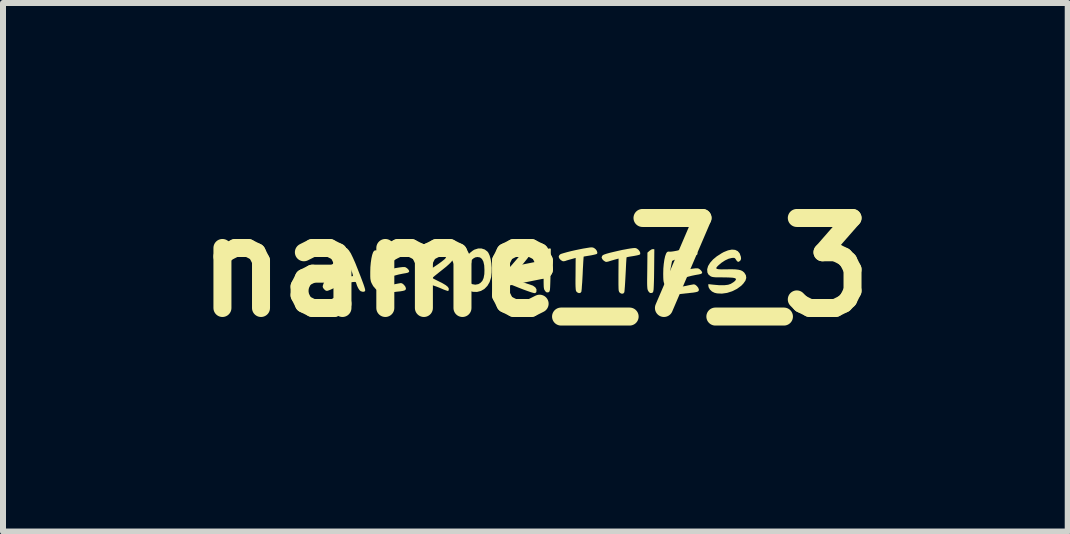
<source format=kicad_pcb>
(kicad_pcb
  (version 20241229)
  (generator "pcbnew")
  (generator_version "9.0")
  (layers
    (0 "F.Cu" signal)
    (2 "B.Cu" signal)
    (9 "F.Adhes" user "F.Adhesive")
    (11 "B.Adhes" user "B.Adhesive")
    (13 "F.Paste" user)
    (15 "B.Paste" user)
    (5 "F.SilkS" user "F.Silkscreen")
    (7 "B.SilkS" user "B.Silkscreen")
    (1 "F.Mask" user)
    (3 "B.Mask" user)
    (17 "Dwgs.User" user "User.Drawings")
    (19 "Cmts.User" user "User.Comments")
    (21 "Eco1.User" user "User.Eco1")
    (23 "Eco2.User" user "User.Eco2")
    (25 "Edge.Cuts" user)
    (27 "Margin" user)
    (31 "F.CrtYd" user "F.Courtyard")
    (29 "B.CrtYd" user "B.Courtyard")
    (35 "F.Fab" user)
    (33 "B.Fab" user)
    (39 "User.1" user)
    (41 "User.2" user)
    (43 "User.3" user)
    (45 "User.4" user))
  (footprint "name_7_3"
    (layer "F.Cu")
    (at 5.871 1.404)
    (property "Reference" "name_7_3" (at 0 0 0) (layer "F.SilkS") (effects (font (size 1.5 1.5) (thickness 0.3))))
    (attr board_only exclude_from_pos_files exclude_from_bom)
    (fp_poly (pts (xy 0.235 -0.314) (xy 0.258 -0.31) (xy 0.255 0.008) (xy 0.253 0.091) (xy 0.252 0.168) (xy 0.25 0.237) (xy 0.248 0.296) (xy 0.246 0.34) (xy 0.244 0.367) (xy 0.244 0.371) (xy 0.237 0.4) (xy 0.226 0.414) (xy 0.208 0.419) (xy 0.186 0.417) (xy 0.168 0.402) (xy 0.158 0.387) (xy 0.151 0.376) (xy 0.146 0.364) (xy 0.143 0.349) (xy 0.14 0.327) (xy 0.139 0.297) (xy 0.138 0.255) (xy 0.138 0.2) (xy 0.138 0.129) (xy 0.139 0.049) (xy 0.142 -0.254) (xy 0.177 -0.286) (xy 0.207 -0.307) (xy 0.232 -0.314)) (stroke (width 0) (type solid)) (fill yes) (layer "F.SilkS"))
    (fp_poly (pts (xy 1.961 -0.303) (xy 1.983 -0.3) (xy 1.98 0.019) (xy 1.979 0.101) (xy 1.978 0.178) (xy 1.976 0.248) (xy 1.974 0.306) (xy 1.972 0.35) (xy 1.97 0.378) (xy 1.969 0.382) (xy 1.963 0.411) (xy 1.952 0.424) (xy 1.933 0.429) (xy 1.911 0.428) (xy 1.893 0.412) (xy 1.883 0.398) (xy 1.877 0.387) (xy 1.872 0.375) (xy 1.868 0.359) (xy 1.866 0.338) (xy 1.864 0.307) (xy 1.863 0.266) (xy 1.863 0.211) (xy 1.864 0.139) (xy 1.865 0.06) (xy 1.868 -0.244) (xy 1.903 -0.275) (xy 1.933 -0.296) (xy 1.958 -0.303)) (stroke (width 0) (type solid)) (fill yes) (layer "F.SilkS"))
    (fp_poly (pts (xy -0.843 -0.296) (xy -0.799 -0.263) (xy -0.783 -0.242) (xy -0.762 -0.197) (xy -0.745 -0.137) (xy -0.733 -0.067) (xy -0.727 0.009) (xy -0.728 0.085) (xy -0.735 0.155) (xy -0.738 0.172) (xy -0.762 0.247) (xy -0.799 0.31) (xy -0.848 0.36) (xy -0.906 0.394) (xy -0.971 0.411) (xy -1.04 0.409) (xy -1.102 0.391) (xy -1.165 0.36) (xy -1.223 0.321) (xy -1.27 0.277) (xy -1.303 0.231) (xy -1.303 0.229) (xy -1.323 0.165) (xy -1.323 0.106) (xy -1.187 0.106) (xy -1.18 0.155) (xy -1.156 0.201) (xy -1.15 0.208) (xy -1.104 0.253) (xy -1.053 0.281) (xy -1.001 0.29) (xy -0.95 0.281) (xy -0.917 0.262) (xy -0.884 0.228) (xy -0.862 0.179) (xy -0.85 0.114) (xy -0.848 0.047) (xy -0.852 -0.033) (xy -0.866 -0.095) (xy -0.89 -0.139) (xy -0.922 -0.164) (xy -0.963 -0.171) (xy -0.997 -0.166) (xy -1.027 -0.151) (xy -1.06 -0.123) (xy -1.097 -0.079) (xy -1.1 -0.076) (xy -1.147 -0.008) (xy -1.176 0.052) (xy -1.187 0.106) (xy -1.323 0.106) (xy -1.323 0.098) (xy -1.303 0.031) (xy -1.301 0.026) (xy -1.27 -0.027) (xy -1.23 -0.085) (xy -1.183 -0.144) (xy -1.133 -0.198) (xy -1.084 -0.245) (xy -1.039 -0.28) (xy -1.015 -0.294) (xy -0.954 -0.313) (xy -0.896 -0.313)) (stroke (width 0) (type solid)) (fill yes) (layer "F.SilkS"))
    (fp_poly (pts (xy 0.955 -0.33) (xy 0.97 -0.325) (xy 0.979 -0.321) (xy 1.005 -0.301) (xy 1.024 -0.275) (xy 1.033 -0.248) (xy 1.03 -0.227) (xy 1.028 -0.225) (xy 1.013 -0.218) (xy 0.982 -0.21) (xy 0.94 -0.201) (xy 0.912 -0.196) (xy 0.868 -0.189) (xy 0.832 -0.183) (xy 0.81 -0.179) (xy 0.805 -0.177) (xy 0.804 -0.166) (xy 0.802 -0.137) (xy 0.799 -0.092) (xy 0.796 -0.035) (xy 0.792 0.033) (xy 0.789 0.105) (xy 0.785 0.181) (xy 0.781 0.251) (xy 0.776 0.311) (xy 0.773 0.36) (xy 0.769 0.393) (xy 0.767 0.408) (xy 0.751 0.427) (xy 0.726 0.431) (xy 0.699 0.419) (xy 0.688 0.409) (xy 0.682 0.401) (xy 0.677 0.391) (xy 0.674 0.375) (xy 0.672 0.352) (xy 0.67 0.319) (xy 0.669 0.272) (xy 0.669 0.211) (xy 0.67 0.131) (xy 0.67 0.115) (xy 0.672 -0.156) (xy 0.601 -0.136) (xy 0.561 -0.125) (xy 0.524 -0.114) (xy 0.502 -0.106) (xy 0.475 -0.1) (xy 0.455 -0.102) (xy 0.425 -0.119) (xy 0.401 -0.145) (xy 0.39 -0.171) (xy 0.389 -0.175) (xy 0.398 -0.199) (xy 0.413 -0.215) (xy 0.435 -0.225) (xy 0.475 -0.237) (xy 0.528 -0.252) (xy 0.591 -0.268) (xy 0.661 -0.284) (xy 0.733 -0.299) (xy 0.804 -0.313) (xy 0.818 -0.315) (xy 0.872 -0.324) (xy 0.91 -0.33) (xy 0.936 -0.332)) (stroke (width 0) (type solid)) (fill yes) (layer "F.SilkS"))
    (fp_poly (pts (xy 1.67 -0.32) (xy 1.685 -0.315) (xy 1.695 -0.31) (xy 1.72 -0.29) (xy 1.739 -0.264) (xy 1.749 -0.238) (xy 1.746 -0.217) (xy 1.743 -0.214) (xy 1.728 -0.207) (xy 1.697 -0.199) (xy 1.656 -0.191) (xy 1.627 -0.186) (xy 1.583 -0.179) (xy 1.548 -0.173) (xy 1.526 -0.168) (xy 1.521 -0.166) (xy 1.519 -0.155) (xy 1.517 -0.126) (xy 1.514 -0.082) (xy 1.511 -0.024) (xy 1.508 0.043) (xy 1.504 0.116) (xy 1.5 0.191) (xy 1.496 0.261) (xy 1.492 0.322) (xy 1.488 0.37) (xy 1.485 0.404) (xy 1.482 0.418) (xy 1.466 0.437) (xy 1.442 0.441) (xy 1.415 0.43) (xy 1.404 0.42) (xy 1.398 0.412) (xy 1.393 0.401) (xy 1.389 0.386) (xy 1.387 0.362) (xy 1.386 0.329) (xy 1.385 0.283) (xy 1.385 0.221) (xy 1.385 0.141) (xy 1.385 0.126) (xy 1.387 -0.145) (xy 1.317 -0.126) (xy 1.276 -0.114) (xy 1.24 -0.103) (xy 1.218 -0.096) (xy 1.19 -0.09) (xy 1.171 -0.091) (xy 1.141 -0.109) (xy 1.117 -0.134) (xy 1.105 -0.161) (xy 1.105 -0.165) (xy 1.113 -0.189) (xy 1.128 -0.204) (xy 1.151 -0.214) (xy 1.19 -0.227) (xy 1.244 -0.242) (xy 1.307 -0.257) (xy 1.376 -0.273) (xy 1.448 -0.289) (xy 1.519 -0.302) (xy 1.533 -0.305) (xy 1.588 -0.314) (xy 1.626 -0.319) (xy 1.652 -0.321)) (stroke (width 0) (type solid)) (fill yes) (layer "F.SilkS"))
    (fp_poly (pts (xy 3.33 -0.29) (xy 3.373 -0.269) (xy 3.405 -0.232) (xy 3.424 -0.179) (xy 3.426 -0.17) (xy 3.428 -0.139) (xy 3.42 -0.118) (xy 3.411 -0.107) (xy 3.389 -0.091) (xy 3.37 -0.094) (xy 3.35 -0.116) (xy 3.343 -0.128) (xy 3.33 -0.147) (xy 3.317 -0.156) (xy 3.294 -0.157) (xy 3.273 -0.155) (xy 3.22 -0.142) (xy 3.161 -0.114) (xy 3.1 -0.074) (xy 3.053 -0.034) (xy 3.029 -0.01) (xy 3.016 0.008) (xy 3.016 0.02) (xy 3.03 0.028) (xy 3.059 0.033) (xy 3.106 0.035) (xy 3.172 0.034) (xy 3.191 0.034) (xy 3.273 0.033) (xy 3.337 0.035) (xy 3.386 0.041) (xy 3.423 0.05) (xy 3.452 0.064) (xy 3.475 0.083) (xy 3.483 0.091) (xy 3.509 0.133) (xy 3.515 0.177) (xy 3.501 0.223) (xy 3.466 0.272) (xy 3.431 0.308) (xy 3.36 0.36) (xy 3.28 0.4) (xy 3.195 0.427) (xy 3.109 0.439) (xy 3.028 0.435) (xy 2.986 0.425) (xy 2.944 0.404) (xy 2.91 0.372) (xy 2.888 0.334) (xy 2.883 0.306) (xy 2.883 0.281) (xy 2.965 0.29) (xy 3.067 0.299) (xy 3.15 0.299) (xy 3.214 0.291) (xy 3.257 0.276) (xy 3.301 0.249) (xy 3.331 0.224) (xy 3.343 0.203) (xy 3.343 0.196) (xy 3.335 0.186) (xy 3.317 0.179) (xy 3.288 0.174) (xy 3.244 0.171) (xy 3.185 0.169) (xy 3.111 0.168) (xy 3.047 0.168) (xy 3.002 0.167) (xy 2.969 0.164) (xy 2.946 0.16) (xy 2.929 0.154) (xy 2.918 0.148) (xy 2.884 0.12) (xy 2.867 0.086) (xy 2.864 0.041) (xy 2.864 0.031) (xy 2.879 -0.021) (xy 2.913 -0.076) (xy 2.962 -0.131) (xy 3.026 -0.184) (xy 3.103 -0.233) (xy 3.139 -0.253) (xy 3.211 -0.282) (xy 3.275 -0.295)) (stroke (width 0) (type solid)) (fill yes) (layer "F.SilkS"))
    (fp_poly (pts (xy -3.138 -0.315) (xy -3.108 -0.283) (xy -3.075 -0.232) (xy -3.04 -0.16) (xy -3 -0.07) (xy -2.956 0.041) (xy -2.952 0.052) (xy -2.916 0.143) (xy -2.888 0.217) (xy -2.866 0.276) (xy -2.851 0.32) (xy -2.841 0.353) (xy -2.836 0.375) (xy -2.836 0.389) (xy -2.837 0.394) (xy -2.852 0.407) (xy -2.879 0.408) (xy -2.911 0.398) (xy -2.931 0.38) (xy -2.952 0.348) (xy -2.971 0.308) (xy -2.984 0.268) (xy -2.989 0.252) (xy -2.998 0.245) (xy -3.016 0.244) (xy -3.049 0.247) (xy -3.115 0.26) (xy -3.196 0.285) (xy -3.289 0.319) (xy -3.371 0.354) (xy -3.417 0.375) (xy -3.448 0.387) (xy -3.469 0.393) (xy -3.483 0.392) (xy -3.495 0.387) (xy -3.5 0.384) (xy -3.524 0.362) (xy -3.537 0.342) (xy -3.541 0.333) (xy -3.543 0.325) (xy -3.543 0.314) (xy -3.539 0.299) (xy -3.532 0.278) (xy -3.519 0.248) (xy -3.501 0.209) (xy -3.5 0.206) (xy -3.34 0.206) (xy -3.337 0.21) (xy -3.323 0.207) (xy -3.296 0.2) (xy -3.282 0.195) (xy -3.256 0.188) (xy -3.216 0.179) (xy -3.17 0.169) (xy -3.123 0.16) (xy -3.081 0.152) (xy -3.05 0.148) (xy -3.04 0.147) (xy -3.039 0.138) (xy -3.045 0.114) (xy -3.055 0.08) (xy -3.069 0.039) (xy -3.084 -0.003) (xy -3.1 -0.042) (xy -3.114 -0.073) (xy -3.115 -0.075) (xy -3.136 -0.107) (xy -3.157 -0.119) (xy -3.18 -0.113) (xy -3.191 -0.106) (xy -3.204 -0.089) (xy -3.223 -0.06) (xy -3.244 -0.021) (xy -3.267 0.024) (xy -3.289 0.07) (xy -3.309 0.116) (xy -3.325 0.156) (xy -3.336 0.187) (xy -3.34 0.206) (xy -3.5 0.206) (xy -3.476 0.156) (xy -3.444 0.089) (xy -3.404 0.006) (xy -3.398 -0.006) (xy -3.348 -0.106) (xy -3.305 -0.188) (xy -3.266 -0.251) (xy -3.231 -0.296) (xy -3.199 -0.321) (xy -3.168 -0.328)) (stroke (width 0) (type solid)) (fill yes) (layer "F.SilkS"))
    (fp_poly (pts (xy -0.07 -0.326) (xy -0.056 -0.297) (xy -0.053 -0.275) (xy -0.057 -0.258) (xy -0.073 -0.231) (xy -0.099 -0.193) (xy -0.136 -0.142) (xy -0.187 -0.079) (xy -0.25 -0.001) (xy -0.271 0.025) (xy -0.309 0.071) (xy -0.342 0.113) (xy -0.367 0.145) (xy -0.382 0.167) (xy -0.386 0.175) (xy -0.373 0.183) (xy -0.343 0.195) (xy -0.303 0.212) (xy -0.256 0.23) (xy -0.208 0.248) (xy -0.161 0.265) (xy -0.122 0.278) (xy -0.1 0.285) (xy -0.04 0.306) (xy -0.001 0.334) (xy 0.019 0.367) (xy 0.018 0.405) (xy 0.015 0.415) (xy -0.000037 0.429) (xy -0.011 0.431) (xy -0.033 0.427) (xy -0.072 0.416) (xy -0.127 0.397) (xy -0.196 0.372) (xy -0.276 0.341) (xy -0.353 0.31) (xy -0.404 0.29) (xy -0.447 0.273) (xy -0.48 0.26) (xy -0.498 0.253) (xy -0.501 0.253) (xy -0.503 0.262) (xy -0.504 0.288) (xy -0.505 0.325) (xy -0.505 0.335) (xy -0.508 0.39) (xy -0.518 0.426) (xy -0.534 0.442) (xy -0.556 0.439) (xy -0.583 0.417) (xy -0.593 0.406) (xy -0.6 0.394) (xy -0.605 0.375) (xy -0.608 0.347) (xy -0.611 0.307) (xy -0.614 0.25) (xy -0.615 0.231) (xy -0.617 0.159) (xy -0.618 0.085) (xy -0.617 0.009) (xy -0.614 -0.064) (xy -0.61 -0.13) (xy -0.605 -0.188) (xy -0.599 -0.232) (xy -0.593 -0.261) (xy -0.589 -0.269) (xy -0.569 -0.286) (xy -0.546 -0.3) (xy -0.524 -0.31) (xy -0.509 -0.307) (xy -0.499 -0.298) (xy -0.492 -0.289) (xy -0.488 -0.276) (xy -0.485 -0.257) (xy -0.484 -0.226) (xy -0.485 -0.182) (xy -0.486 -0.122) (xy -0.487 -0.101) (xy -0.489 -0.035) (xy -0.49 0.012) (xy -0.489 0.043) (xy -0.487 0.059) (xy -0.483 0.064) (xy -0.48 0.062) (xy -0.469 0.05) (xy -0.447 0.025) (xy -0.415 -0.012) (xy -0.376 -0.057) (xy -0.332 -0.108) (xy -0.301 -0.144) (xy -0.254 -0.197) (xy -0.211 -0.246) (xy -0.174 -0.287) (xy -0.145 -0.318) (xy -0.127 -0.336) (xy -0.121 -0.341) (xy -0.094 -0.341)) (stroke (width 0) (type solid)) (fill yes) (layer "F.SilkS"))
    (fp_poly (pts (xy -1.515 -0.329) (xy -1.453 -0.312) (xy -1.405 -0.287) (xy -1.373 -0.254) (xy -1.358 -0.213) (xy -1.357 -0.2) (xy -1.359 -0.171) (xy -1.367 -0.144) (xy -1.381 -0.116) (xy -1.404 -0.086) (xy -1.438 -0.052) (xy -1.484 -0.011) (xy -1.545 0.038) (xy -1.602 0.083) (xy -1.643 0.116) (xy -1.678 0.144) (xy -1.702 0.165) (xy -1.714 0.176) (xy -1.715 0.178) (xy -1.706 0.185) (xy -1.682 0.198) (xy -1.646 0.216) (xy -1.612 0.233) (xy -1.543 0.268) (xy -1.493 0.298) (xy -1.46 0.325) (xy -1.444 0.349) (xy -1.442 0.363) (xy -1.446 0.385) (xy -1.452 0.395) (xy -1.465 0.393) (xy -1.493 0.384) (xy -1.531 0.37) (xy -1.558 0.358) (xy -1.603 0.339) (xy -1.655 0.319) (xy -1.708 0.301) (xy -1.757 0.285) (xy -1.8 0.273) (xy -1.831 0.266) (xy -1.845 0.266) (xy -1.851 0.277) (xy -1.856 0.304) (xy -1.86 0.337) (xy -1.866 0.389) (xy -1.879 0.421) (xy -1.896 0.432) (xy -1.92 0.424) (xy -1.94 0.407) (xy -1.949 0.397) (xy -1.956 0.384) (xy -1.961 0.365) (xy -1.965 0.336) (xy -1.968 0.295) (xy -1.97 0.237) (xy -1.971 0.222) (xy -1.974 0.155) (xy -1.976 0.087) (xy -1.977 0.024) (xy -1.978 -0.028) (xy -1.978 -0.036) (xy -1.852 -0.036) (xy -1.851 0.011) (xy -1.849 0.05) (xy -1.847 0.076) (xy -1.844 0.084) (xy -1.831 0.079) (xy -1.806 0.066) (xy -1.773 0.047) (xy -1.765 0.043) (xy -1.722 0.016) (xy -1.673 -0.016) (xy -1.623 -0.05) (xy -1.576 -0.084) (xy -1.537 -0.114) (xy -1.509 -0.137) (xy -1.501 -0.145) (xy -1.486 -0.173) (xy -1.492 -0.198) (xy -1.518 -0.219) (xy -1.52 -0.22) (xy -1.552 -0.227) (xy -1.598 -0.225) (xy -1.661 -0.214) (xy -1.74 -0.192) (xy -1.768 -0.183) (xy -1.852 -0.157) (xy -1.852 -0.036) (xy -1.978 -0.036) (xy -1.978 -0.037) (xy -1.979 -0.087) (xy -1.982 -0.119) (xy -1.988 -0.136) (xy -1.992 -0.14) (xy -2.007 -0.154) (xy -2.022 -0.18) (xy -2.033 -0.208) (xy -2.036 -0.231) (xy -2.035 -0.234) (xy -2.023 -0.245) (xy -1.993 -0.258) (xy -1.95 -0.273) (xy -1.899 -0.289) (xy -1.842 -0.304) (xy -1.784 -0.317) (xy -1.764 -0.321) (xy -1.672 -0.334) (xy -1.588 -0.336)) (stroke (width 0) (type solid)) (fill yes) (layer "F.SilkS"))
    (fp_poly (pts (xy -2.26 -0.339) (xy -2.239 -0.33) (xy -2.233 -0.327) (xy -2.203 -0.301) (xy -2.184 -0.271) (xy -2.18 -0.244) (xy -2.181 -0.238) (xy -2.196 -0.227) (xy -2.226 -0.218) (xy -2.238 -0.216) (xy -2.301 -0.207) (xy -2.367 -0.195) (xy -2.432 -0.181) (xy -2.491 -0.167) (xy -2.542 -0.153) (xy -2.579 -0.139) (xy -2.6 -0.129) (xy -2.601 -0.128) (xy -2.605 -0.116) (xy -2.611 -0.088) (xy -2.619 -0.052) (xy -2.626 -0.011) (xy -2.632 0.027) (xy -2.636 0.059) (xy -2.637 0.078) (xy -2.637 0.081) (xy -2.626 0.08) (xy -2.599 0.075) (xy -2.559 0.066) (xy -2.511 0.054) (xy -2.508 0.053) (xy -2.412 0.031) (xy -2.329 0.013) (xy -2.26 0.002) (xy -2.208 -0.004) (xy -2.173 -0.003) (xy -2.165 -0.001) (xy -2.14 0.014) (xy -2.116 0.037) (xy -2.116 0.038) (xy -2.102 0.062) (xy -2.106 0.079) (xy -2.127 0.091) (xy -2.168 0.1) (xy -2.171 0.1) (xy -2.216 0.108) (xy -2.275 0.12) (xy -2.34 0.137) (xy -2.409 0.155) (xy -2.475 0.174) (xy -2.534 0.193) (xy -2.583 0.21) (xy -2.612 0.223) (xy -2.625 0.237) (xy -2.621 0.253) (xy -2.603 0.271) (xy -2.574 0.287) (xy -2.539 0.299) (xy -2.501 0.305) (xy -2.492 0.305) (xy -2.46 0.303) (xy -2.416 0.297) (xy -2.367 0.288) (xy -2.351 0.284) (xy -2.307 0.275) (xy -2.269 0.268) (xy -2.244 0.264) (xy -2.238 0.263) (xy -2.214 0.272) (xy -2.189 0.293) (xy -2.168 0.32) (xy -2.157 0.347) (xy -2.157 0.352) (xy -2.159 0.367) (xy -2.166 0.378) (xy -2.182 0.387) (xy -2.209 0.394) (xy -2.25 0.401) (xy -2.309 0.407) (xy -2.331 0.41) (xy -2.38 0.415) (xy -2.423 0.42) (xy -2.453 0.423) (xy -2.467 0.425) (xy -2.483 0.425) (xy -2.512 0.423) (xy -2.533 0.42) (xy -2.6 0.402) (xy -2.656 0.367) (xy -2.702 0.314) (xy -2.727 0.268) (xy -2.738 0.244) (xy -2.744 0.219) (xy -2.749 0.191) (xy -2.751 0.152) (xy -2.751 0.099) (xy -2.751 0.079) (xy -2.749 -0.001) (xy -2.742 -0.078) (xy -2.732 -0.147) (xy -2.719 -0.206) (xy -2.704 -0.249) (xy -2.697 -0.261) (xy -2.682 -0.278) (xy -2.661 -0.283) (xy -2.643 -0.281) (xy -2.615 -0.282) (xy -2.572 -0.288) (xy -2.521 -0.298) (xy -2.488 -0.306) (xy -2.415 -0.323) (xy -2.359 -0.335) (xy -2.317 -0.341) (xy -2.285 -0.342)) (stroke (width 0) (type solid)) (fill yes) (layer "F.SilkS"))
    (fp_poly (pts (xy 2.622 -0.318) (xy 2.643 -0.309) (xy 2.649 -0.305) (xy 2.679 -0.28) (xy 2.698 -0.25) (xy 2.702 -0.223) (xy 2.701 -0.217) (xy 2.687 -0.206) (xy 2.656 -0.197) (xy 2.644 -0.195) (xy 2.581 -0.186) (xy 2.515 -0.174) (xy 2.451 -0.16) (xy 2.391 -0.146) (xy 2.341 -0.131) (xy 2.303 -0.118) (xy 2.282 -0.107) (xy 2.281 -0.107) (xy 2.277 -0.095) (xy 2.271 -0.067) (xy 2.264 -0.031) (xy 2.256 0.01) (xy 2.25 0.048) (xy 2.246 0.08) (xy 2.245 0.099) (xy 2.245 0.102) (xy 2.256 0.101) (xy 2.283 0.096) (xy 2.323 0.087) (xy 2.371 0.075) (xy 2.374 0.074) (xy 2.47 0.052) (xy 2.553 0.034) (xy 2.622 0.023) (xy 2.674 0.017) (xy 2.709 0.018) (xy 2.717 0.02) (xy 2.742 0.035) (xy 2.766 0.059) (xy 2.766 0.059) (xy 2.78 0.083) (xy 2.777 0.1) (xy 2.755 0.112) (xy 2.714 0.121) (xy 2.712 0.121) (xy 2.666 0.129) (xy 2.608 0.141) (xy 2.542 0.158) (xy 2.474 0.176) (xy 2.407 0.195) (xy 2.348 0.214) (xy 2.3 0.231) (xy 2.27 0.244) (xy 2.257 0.258) (xy 2.262 0.274) (xy 2.28 0.292) (xy 2.308 0.308) (xy 2.343 0.32) (xy 2.381 0.326) (xy 2.391 0.326) (xy 2.422 0.324) (xy 2.467 0.318) (xy 2.515 0.309) (xy 2.531 0.305) (xy 2.575 0.296) (xy 2.613 0.289) (xy 2.638 0.285) (xy 2.644 0.284) (xy 2.668 0.293) (xy 2.693 0.314) (xy 2.714 0.341) (xy 2.725 0.368) (xy 2.725 0.373) (xy 2.723 0.388) (xy 2.716 0.399) (xy 2.7 0.408) (xy 2.673 0.415) (xy 2.632 0.422) (xy 2.573 0.428) (xy 2.552 0.431) (xy 2.502 0.436) (xy 2.459 0.441) (xy 2.429 0.444) (xy 2.415 0.446) (xy 2.399 0.446) (xy 2.37 0.444) (xy 2.35 0.441) (xy 2.282 0.423) (xy 2.226 0.388) (xy 2.18 0.335) (xy 2.155 0.289) (xy 2.145 0.265) (xy 2.138 0.241) (xy 2.134 0.212) (xy 2.132 0.173) (xy 2.131 0.12) (xy 2.131 0.1) (xy 2.133 0.02) (xy 2.14 -0.056) (xy 2.15 -0.126) (xy 2.163 -0.185) (xy 2.179 -0.228) (xy 2.185 -0.24) (xy 2.2 -0.257) (xy 2.221 -0.262) (xy 2.239 -0.26) (xy 2.267 -0.261) (xy 2.31 -0.267) (xy 2.362 -0.277) (xy 2.394 -0.285) (xy 2.467 -0.302) (xy 2.523 -0.314) (xy 2.566 -0.32) (xy 2.598 -0.321)) (stroke (width 0) (type solid)) (fill yes) (layer "F.SilkS")))
  (gr_rect
    (start -3 -3)
    (end 14.743 5.808)
    (stroke (width 0.1) (type default))
    (fill no)
    (layer "Edge.Cuts")))
</source>
